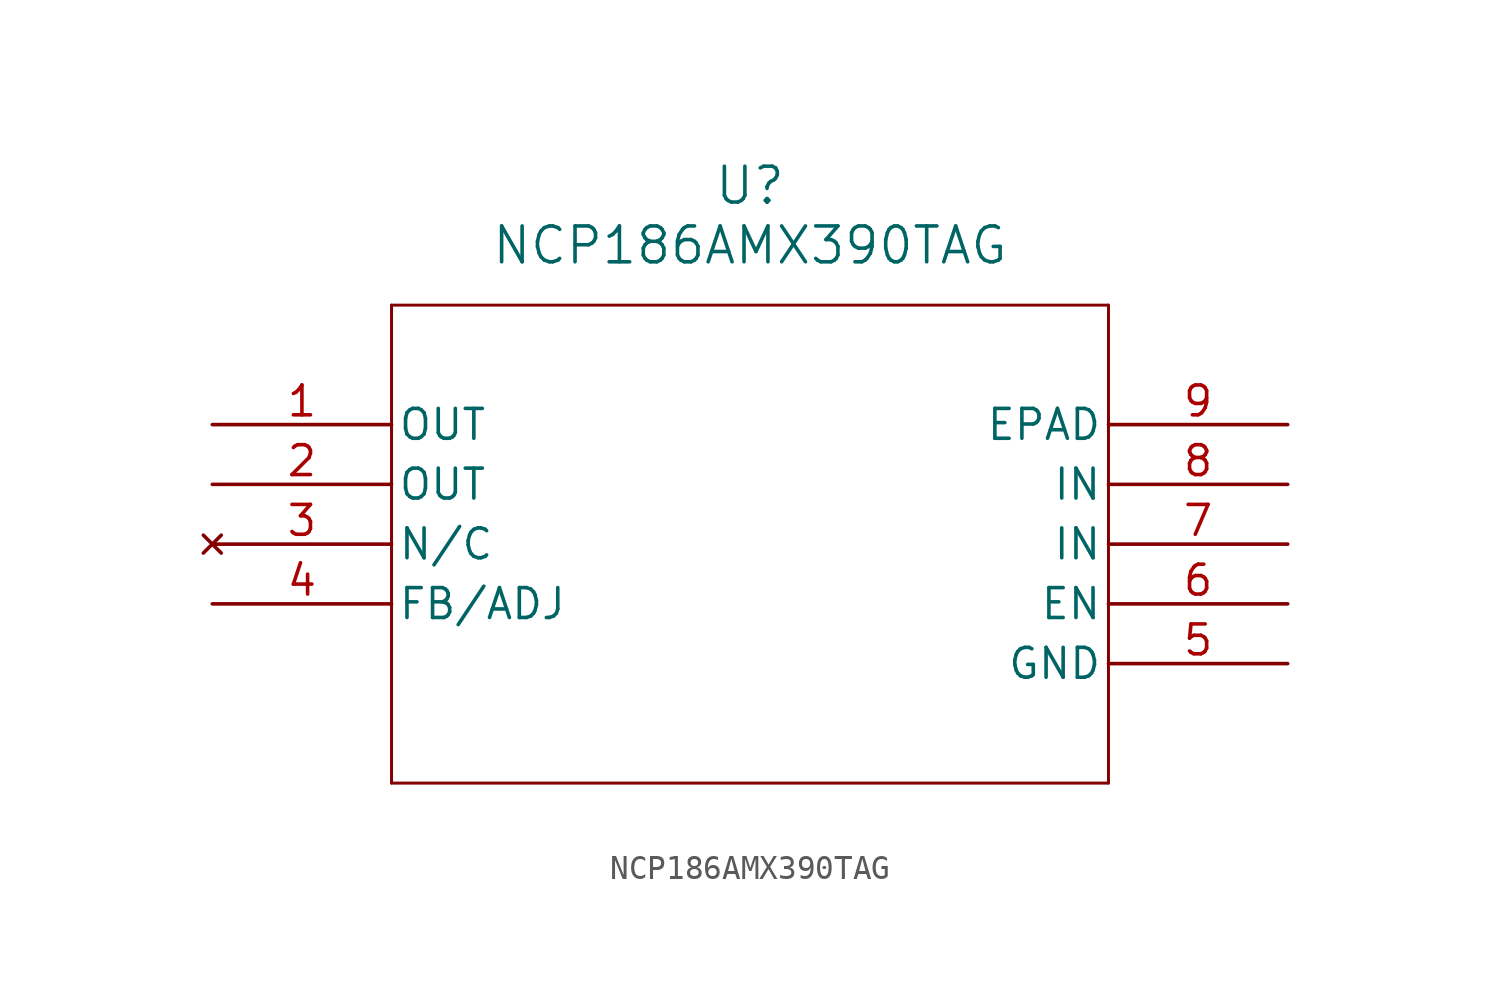
<source format=kicad_sym>
(kicad_symbol_lib
  (version 20211014)
  (generator kicad_symbol_editor)
  (symbol "NCP186AMX390TAG"
    (pin_names
      (offset 0.254))
    (property "Reference" "U"
      (at 22.86 10.16 0)
      (effects (font (size 1.524 1.524))))
    (property "Value" "NCP186AMX390TAG"
      (at 22.86 7.62 0)
      (effects (font (size 1.524 1.524))))
    (symbol "NCP186AMX390TAG_0_1"
      (polyline (pts (xy 7.62 5.08) (xy 7.62 -15.24)) (stroke (width 0.127) (type default) (color 0 0 0 0)) (fill (type none)))
      (polyline (pts (xy 7.62 -15.24) (xy 38.1 -15.24)) (stroke (width 0.127) (type default) (color 0 0 0 0)) (fill (type none)))
      (polyline (pts (xy 38.1 -15.24) (xy 38.1 5.08)) (stroke (width 0.127) (type default) (color 0 0 0 0)) (fill (type none)))
      (polyline (pts (xy 38.1 5.08) (xy 7.62 5.08)) (stroke (width 0.127) (type default) (color 0 0 0 0)) (fill (type none)))
      (pin output line (at 0 0 0) (length 7.62) (name "OUT" (effects (font (size 1.27 1.27)))) (number "1" (effects (font (size 1.27 1.27)))))
      (pin output line (at 0 -2.54 0) (length 7.62) (name "OUT" (effects (font (size 1.27 1.27)))) (number "2" (effects (font (size 1.27 1.27)))))
      (pin no_connect line (at 0 -5.08 0) (length 7.62) (name "N/C" (effects (font (size 1.27 1.27)))) (number "3" (effects (font (size 1.27 1.27)))))
      (pin unspecified line (at 0 -7.62 0) (length 7.62) (name "FB/ADJ" (effects (font (size 1.27 1.27)))) (number "4" (effects (font (size 1.27 1.27)))))
      (pin power_out line (at 45.72 -10.16 180) (length 7.62) (name "GND" (effects (font (size 1.27 1.27)))) (number "5" (effects (font (size 1.27 1.27)))))
      (pin unspecified line (at 45.72 -7.62 180) (length 7.62) (name "EN" (effects (font (size 1.27 1.27)))) (number "6" (effects (font (size 1.27 1.27)))))
      (pin unspecified line (at 45.72 -5.08 180) (length 7.62) (name "IN" (effects (font (size 1.27 1.27)))) (number "7" (effects (font (size 1.27 1.27)))))
      (pin unspecified line (at 45.72 -2.54 180) (length 7.62) (name "IN" (effects (font (size 1.27 1.27)))) (number "8" (effects (font (size 1.27 1.27)))))
      (pin unspecified line (at 45.72 0 180) (length 7.62) (name "EPAD" (effects (font (size 1.27 1.27)))) (number "9" (effects (font (size 1.27 1.27))))))))
</source>
